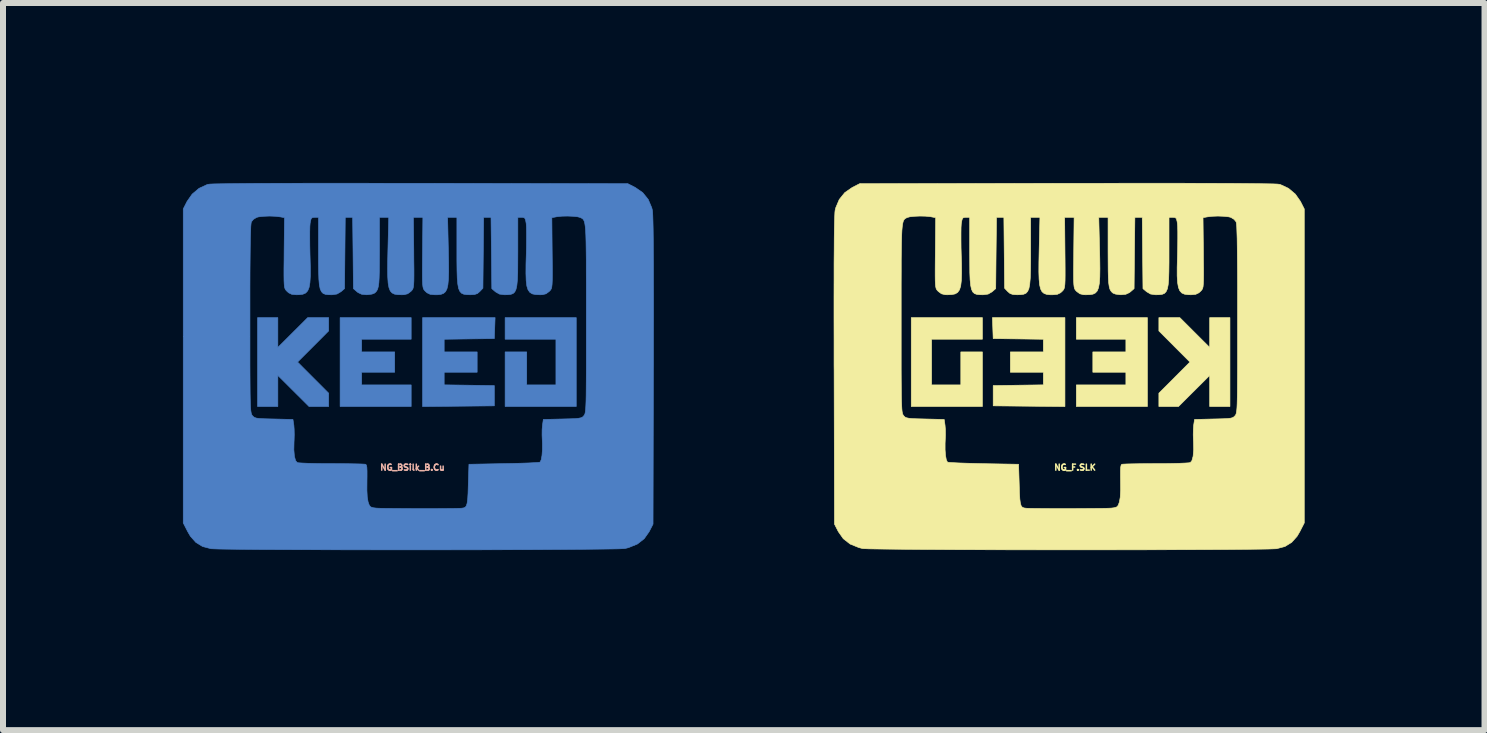
<source format=kicad_pcb>
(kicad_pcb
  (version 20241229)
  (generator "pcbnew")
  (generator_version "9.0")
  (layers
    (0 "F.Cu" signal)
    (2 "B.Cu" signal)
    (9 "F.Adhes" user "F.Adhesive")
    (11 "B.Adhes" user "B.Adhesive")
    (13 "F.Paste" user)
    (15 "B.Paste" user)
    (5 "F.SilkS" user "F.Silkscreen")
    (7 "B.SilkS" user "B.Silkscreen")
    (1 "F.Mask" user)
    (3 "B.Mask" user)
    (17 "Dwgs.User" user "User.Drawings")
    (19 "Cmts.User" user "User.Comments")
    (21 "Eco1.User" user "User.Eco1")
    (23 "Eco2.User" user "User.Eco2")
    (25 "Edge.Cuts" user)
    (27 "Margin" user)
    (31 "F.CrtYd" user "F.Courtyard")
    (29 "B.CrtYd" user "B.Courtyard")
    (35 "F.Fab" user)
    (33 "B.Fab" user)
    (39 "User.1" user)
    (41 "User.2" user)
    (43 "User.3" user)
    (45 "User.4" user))
  (footprint "NG_F.SLK"
    (layer "F.Cu")
    (at 14.873 2.203)
    (property "Reference" "NG_F.SLK" (at 0 2.54 0) (layer "F.SilkS") (effects (font (size 0.1 0.1) (thickness 0.025))))
    (attr through_hole)
    (fp_poly (pts (xy -2.731 1.524) (xy -1.545 1.524) (xy -1.545 0.614) (xy -1.905 0.614) (xy -1.905 1.164) (xy -2.392 1.164) (xy -2.392 0.402) (xy -1.545 0.402) (xy -1.545 0.042) (xy -2.731 0.042) (xy -2.731 1.524)) (stroke (width 0.01) (type solid)) (fill yes) (layer "F.SilkS"))
    (fp_poly (pts (xy 0.021 0.402) (xy 0.847 0.402) (xy 0.847 0.614) (xy 0.296 0.614) (xy 0.296 0.953) (xy 0.847 0.953) (xy 0.847 1.164) (xy 0.021 1.164) (xy 0.021 1.524) (xy 1.206 1.524) (xy 1.206 0.042) (xy 0.021 0.042) (xy 0.021 0.402)) (stroke (width 0.01) (type solid)) (fill yes) (layer "F.SilkS"))
    (fp_poly (pts (xy -1.365 0.392) (xy -0.947 0.397) (xy -0.529 0.403) (xy -0.529 0.614) (xy -1.079 0.614) (xy -1.079 0.953) (xy -0.529 0.953) (xy -0.529 1.163) (xy -0.947 1.169) (xy -1.365 1.175) (xy -1.365 1.513) (xy -0.169 1.525) (xy -0.169 0.042) (xy -1.378 0.042) (xy -1.365 0.392)) (stroke (width 0.01) (type solid)) (fill yes) (layer "F.SilkS"))
    (fp_poly (pts (xy 2.244 0.539) (xy 1.746 0.042) (xy 1.397 0.042) (xy 1.397 0.264) (xy 1.656 0.524) (xy 1.915 0.783) (xy 1.397 1.302) (xy 1.397 1.524) (xy 1.724 1.524) (xy 2.244 1.006) (xy 2.244 1.524) (xy 2.582 1.524) (xy 2.582 0.042) (xy 2.244 0.042) (xy 2.244 0.539)) (stroke (width 0.01) (type solid)) (fill yes) (layer "F.SilkS"))
    (fp_poly (pts (xy 0.889 -2.198) (xy 0.417 -2.197) (xy -0.097 -2.197) (xy -0.133 -2.197) (xy -3.591 -2.191) (xy -3.716 -2.127) (xy -3.839 -2.042) (xy -3.931 -1.928) (xy -3.99 -1.789) (xy -4 -1.749) (xy -4.004 -1.715) (xy -4.007 -1.652) (xy -4.01 -1.558) (xy -4.013 -1.434) (xy -4.015 -1.277) (xy -4.016 -1.086) (xy -4.018 -0.86) (xy -4.018 -0.597) (xy -4.019 -0.298) (xy -4.019 0.04) (xy -4.018 0.418) (xy -4.018 0.836) (xy -4.017 0.925) (xy -4.011 3.485) (xy -3.947 3.61) (xy -3.864 3.728) (xy -3.75 3.817) (xy -3.605 3.876) (xy -3.543 3.892) (xy -3.508 3.894) (xy -3.434 3.897) (xy -3.323 3.899) (xy -3.178 3.901) (xy -3.002 3.903) (xy -2.798 3.905) (xy -2.568 3.907) (xy -2.315 3.908) (xy -2.043 3.91) (xy -1.753 3.911) (xy -1.448 3.912) (xy -1.132 3.913) (xy -0.808 3.913) (xy -0.477 3.914) (xy -0.143 3.914) (xy 0.192 3.914) (xy 0.524 3.914) (xy 0.851 3.913) (xy 1.17 3.913) (xy 1.478 3.912) (xy 1.773 3.911) (xy 2.052 3.91) (xy 2.311 3.909) (xy 2.548 3.908) (xy 2.761 3.906) (xy 2.947 3.904) (xy 3.102 3.902) (xy 3.224 3.9) (xy 3.31 3.897) (xy 3.357 3.895) (xy 3.362 3.894) (xy 3.499 3.858) (xy 3.611 3.789) (xy 3.702 3.687) (xy 3.747 3.61) (xy 3.821 3.465) (xy 3.821 0.062) (xy 2.709 0.062) (xy 2.709 0.357) (xy 2.709 0.612) (xy 2.709 0.831) (xy 2.708 1.017) (xy 2.707 1.171) (xy 2.706 1.298) (xy 2.704 1.401) (xy 2.702 1.481) (xy 2.699 1.543) (xy 2.695 1.589) (xy 2.69 1.622) (xy 2.685 1.645) (xy 2.679 1.66) (xy 2.672 1.672) (xy 2.669 1.675) (xy 2.651 1.694) (xy 2.63 1.708) (xy 2.598 1.718) (xy 2.548 1.724) (xy 2.472 1.728) (xy 2.365 1.731) (xy 2.31 1.732) (xy 1.992 1.74) (xy 1.977 1.836) (xy 1.972 1.904) (xy 1.97 1.996) (xy 1.973 2.094) (xy 1.974 2.109) (xy 1.977 2.246) (xy 1.968 2.353) (xy 1.948 2.426) (xy 1.922 2.458) (xy 1.894 2.463) (xy 1.83 2.467) (xy 1.735 2.471) (xy 1.616 2.474) (xy 1.478 2.476) (xy 1.351 2.476) (xy 1.203 2.477) (xy 1.067 2.478) (xy 0.951 2.48) (xy 0.861 2.482) (xy 0.801 2.485) (xy 0.78 2.487) (xy 0.768 2.501) (xy 0.76 2.537) (xy 0.757 2.599) (xy 0.757 2.695) (xy 0.758 2.768) (xy 0.759 2.922) (xy 0.753 3.037) (xy 0.739 3.115) (xy 0.737 3.122) (xy 0.718 3.173) (xy 0.694 3.199) (xy 0.651 3.212) (xy 0.603 3.218) (xy 0.561 3.22) (xy 0.483 3.222) (xy 0.376 3.223) (xy 0.247 3.224) (xy 0.102 3.225) (xy -0.051 3.226) (xy -0.208 3.226) (xy -0.36 3.226) (xy -0.501 3.225) (xy -0.624 3.224) (xy -0.723 3.223) (xy -0.791 3.221) (xy -0.815 3.22) (xy -0.852 3.215) (xy -0.88 3.203) (xy -0.899 3.179) (xy -0.912 3.135) (xy -0.921 3.067) (xy -0.927 2.969) (xy -0.931 2.834) (xy -0.931 2.832) (xy -0.942 2.487) (xy -1.528 2.477) (xy -1.681 2.473) (xy -1.821 2.469) (xy -1.94 2.465) (xy -2.035 2.46) (xy -2.1 2.456) (xy -2.128 2.451) (xy -2.128 2.451) (xy -2.147 2.411) (xy -2.16 2.339) (xy -2.167 2.245) (xy -2.167 2.139) (xy -2.165 2.095) (xy -2.161 2) (xy -2.162 1.907) (xy -2.168 1.836) (xy -2.168 1.836) (xy -2.182 1.74) (xy -2.501 1.732) (xy -2.623 1.729) (xy -2.711 1.726) (xy -2.77 1.72) (xy -2.809 1.712) (xy -2.834 1.701) (xy -2.852 1.684) (xy -2.859 1.675) (xy -2.867 1.664) (xy -2.874 1.651) (xy -2.879 1.631) (xy -2.884 1.602) (xy -2.888 1.561) (xy -2.891 1.505) (xy -2.894 1.432) (xy -2.896 1.337) (xy -2.897 1.22) (xy -2.898 1.075) (xy -2.899 0.901) (xy -2.899 0.695) (xy -2.899 0.454) (xy -2.899 0.174) (xy -2.899 0.045) (xy -2.899 -0.255) (xy -2.899 -0.515) (xy -2.898 -0.739) (xy -2.898 -0.929) (xy -2.896 -1.089) (xy -2.894 -1.22) (xy -2.891 -1.327) (xy -2.887 -1.411) (xy -2.881 -1.476) (xy -2.874 -1.524) (xy -2.866 -1.559) (xy -2.855 -1.583) (xy -2.843 -1.6) (xy -2.829 -1.611) (xy -2.812 -1.62) (xy -2.801 -1.626) (xy -2.754 -1.639) (xy -2.678 -1.647) (xy -2.587 -1.651) (xy -2.494 -1.649) (xy -2.413 -1.641) (xy -2.392 -1.637) (xy -2.324 -1.624) (xy -2.329 -1.092) (xy -2.331 -0.911) (xy -2.332 -0.767) (xy -2.332 -0.656) (xy -2.331 -0.572) (xy -2.328 -0.512) (xy -2.323 -0.47) (xy -2.316 -0.442) (xy -2.306 -0.423) (xy -2.293 -0.407) (xy -2.276 -0.391) (xy -2.227 -0.355) (xy -2.166 -0.34) (xy -2.127 -0.339) (xy -2.056 -0.342) (xy -2 -0.353) (xy -1.958 -0.378) (xy -1.927 -0.421) (xy -1.907 -0.485) (xy -1.896 -0.576) (xy -1.892 -0.697) (xy -1.893 -0.853) (xy -1.897 -0.98) (xy -1.901 -1.121) (xy -1.902 -1.253) (xy -1.902 -1.37) (xy -1.901 -1.462) (xy -1.897 -1.522) (xy -1.896 -1.53) (xy -1.885 -1.59) (xy -1.869 -1.62) (xy -1.841 -1.629) (xy -1.819 -1.63) (xy -1.757 -1.63) (xy -1.757 -1.057) (xy -1.756 -0.864) (xy -1.755 -0.709) (xy -1.75 -0.588) (xy -1.741 -0.497) (xy -1.727 -0.431) (xy -1.706 -0.386) (xy -1.677 -0.359) (xy -1.638 -0.345) (xy -1.589 -0.34) (xy -1.534 -0.339) (xy -1.45 -0.35) (xy -1.384 -0.388) (xy -1.382 -0.39) (xy -1.323 -0.441) (xy -1.317 -1.035) (xy -1.31 -1.63) (xy -1.187 -1.63) (xy -1.181 -1.039) (xy -1.175 -0.448) (xy -1.123 -0.393) (xy -1.083 -0.359) (xy -1.034 -0.343) (xy -0.965 -0.339) (xy -0.904 -0.341) (xy -0.856 -0.348) (xy -0.818 -0.365) (xy -0.79 -0.396) (xy -0.769 -0.445) (xy -0.756 -0.517) (xy -0.747 -0.615) (xy -0.743 -0.743) (xy -0.741 -0.907) (xy -0.741 -1.057) (xy -0.741 -1.63) (xy -0.586 -1.63) (xy -0.599 -1.076) (xy -0.603 -0.88) (xy -0.604 -0.722) (xy -0.6 -0.598) (xy -0.591 -0.504) (xy -0.575 -0.436) (xy -0.551 -0.39) (xy -0.517 -0.361) (xy -0.473 -0.345) (xy -0.417 -0.339) (xy -0.371 -0.339) (xy -0.296 -0.346) (xy -0.244 -0.371) (xy -0.221 -0.391) (xy -0.205 -0.407) (xy -0.192 -0.423) (xy -0.182 -0.443) (xy -0.175 -0.472) (xy -0.17 -0.515) (xy -0.167 -0.576) (xy -0.166 -0.66) (xy -0.166 -0.773) (xy -0.167 -0.918) (xy -0.169 -1.1) (xy -0.169 -1.106) (xy -0.174 -1.63) (xy -0.016 -1.63) (xy -0.022 -1.095) (xy -0.023 -0.913) (xy -0.025 -0.769) (xy -0.025 -0.657) (xy -0.024 -0.574) (xy -0.021 -0.513) (xy -0.016 -0.471) (xy -0.009 -0.442) (xy 0.001 -0.423) (xy 0.014 -0.407) (xy 0.03 -0.391) (xy 0.031 -0.391) (xy 0.08 -0.355) (xy 0.141 -0.34) (xy 0.18 -0.339) (xy 0.246 -0.341) (xy 0.298 -0.349) (xy 0.339 -0.369) (xy 0.37 -0.403) (xy 0.391 -0.456) (xy 0.405 -0.533) (xy 0.412 -0.636) (xy 0.414 -0.771) (xy 0.412 -0.941) (xy 0.409 -1.077) (xy 0.395 -1.63) (xy 0.55 -1.63) (xy 0.55 -1.057) (xy 0.551 -0.876) (xy 0.552 -0.733) (xy 0.555 -0.622) (xy 0.56 -0.538) (xy 0.569 -0.477) (xy 0.58 -0.434) (xy 0.596 -0.403) (xy 0.616 -0.38) (xy 0.633 -0.366) (xy 0.674 -0.35) (xy 0.737 -0.341) (xy 0.766 -0.339) (xy 0.846 -0.347) (xy 0.906 -0.375) (xy 0.925 -0.39) (xy 0.984 -0.441) (xy 0.99 -1.035) (xy 0.997 -1.63) (xy 1.12 -1.63) (xy 1.126 -1.035) (xy 1.132 -0.441) (xy 1.192 -0.39) (xy 1.258 -0.351) (xy 1.34 -0.339) (xy 1.344 -0.339) (xy 1.403 -0.34) (xy 1.451 -0.346) (xy 1.489 -0.361) (xy 1.517 -0.39) (xy 1.538 -0.436) (xy 1.552 -0.504) (xy 1.56 -0.598) (xy 1.564 -0.722) (xy 1.566 -0.88) (xy 1.566 -1.057) (xy 1.566 -1.63) (xy 1.629 -1.63) (xy 1.667 -1.626) (xy 1.688 -1.609) (xy 1.7 -1.565) (xy 1.706 -1.529) (xy 1.71 -1.478) (xy 1.712 -1.392) (xy 1.712 -1.28) (xy 1.711 -1.15) (xy 1.708 -1.011) (xy 1.707 -0.979) (xy 1.702 -0.797) (xy 1.702 -0.653) (xy 1.709 -0.542) (xy 1.723 -0.461) (xy 1.746 -0.405) (xy 1.78 -0.368) (xy 1.826 -0.348) (xy 1.886 -0.34) (xy 1.936 -0.339) (xy 2.011 -0.346) (xy 2.063 -0.371) (xy 2.086 -0.391) (xy 2.103 -0.408) (xy 2.116 -0.424) (xy 2.126 -0.444) (xy 2.134 -0.474) (xy 2.138 -0.518) (xy 2.141 -0.58) (xy 2.142 -0.665) (xy 2.142 -0.78) (xy 2.14 -0.927) (xy 2.139 -1.092) (xy 2.133 -1.624) (xy 2.201 -1.637) (xy 2.283 -1.647) (xy 2.382 -1.651) (xy 2.48 -1.647) (xy 2.562 -1.638) (xy 2.597 -1.629) (xy 2.651 -1.596) (xy 2.685 -1.554) (xy 2.69 -1.529) (xy 2.695 -1.475) (xy 2.698 -1.392) (xy 2.702 -1.278) (xy 2.704 -1.131) (xy 2.706 -0.949) (xy 2.708 -0.732) (xy 2.709 -0.476) (xy 2.709 -0.18) (xy 2.709 0.062) (xy 3.821 0.062) (xy 3.821 -1.77) (xy 3.757 -1.896) (xy 3.672 -2.017) (xy 3.558 -2.113) (xy 3.425 -2.175) (xy 3.407 -2.18) (xy 3.375 -2.184) (xy 3.305 -2.187) (xy 3.196 -2.189) (xy 3.048 -2.191) (xy 2.86 -2.193) (xy 2.633 -2.195) (xy 2.366 -2.196) (xy 2.058 -2.197) (xy 1.71 -2.198) (xy 1.32 -2.198) (xy 0.889 -2.198)) (stroke (width 0.01) (type solid)) (fill yes) (layer "F.SilkS")))
  (footprint "NG_BSilk_B.Cu"
    (layer "F.Cu")
    (at 3.826 2.838)
    (property "Reference" "NG_BSilk_B.Cu" (at 0 1.905 0) (layer "B.SilkS") (effects (font (size 0.1 0.1) (thickness 0.025))))
    (attr through_hole)
    (fp_poly (pts (xy 2.731 0.889) (xy 1.545 0.889) (xy 1.545 -0.021) (xy 1.905 -0.021) (xy 1.905 0.529) (xy 2.392 0.529) (xy 2.392 -0.233) (xy 1.545 -0.233) (xy 1.545 -0.593) (xy 2.731 -0.593) (xy 2.731 0.889)) (stroke (width 0.01) (type solid)) (fill yes) (layer "B.Cu"))
    (fp_poly (pts (xy -0.021 -0.233) (xy -0.847 -0.233) (xy -0.847 -0.021) (xy -0.296 -0.021) (xy -0.296 0.318) (xy -0.847 0.318) (xy -0.847 0.529) (xy -0.021 0.529) (xy -0.021 0.889) (xy -1.206 0.889) (xy -1.206 -0.593) (xy -0.021 -0.593) (xy -0.021 -0.233)) (stroke (width 0.01) (type solid)) (fill yes) (layer "B.Cu"))
    (fp_poly (pts (xy -2.244 -0.096) (xy -1.746 -0.593) (xy -1.397 -0.593) (xy -1.397 -0.371) (xy -1.656 -0.111) (xy -1.915 0.148) (xy -1.397 0.667) (xy -1.397 0.889) (xy -1.724 0.889) (xy -2.244 0.371) (xy -2.244 0.889) (xy -2.582 0.889) (xy -2.582 -0.593) (xy -2.244 -0.593) (xy -2.244 -0.096)) (stroke (width 0.01) (type solid)) (fill yes) (layer "B.Cu"))
    (fp_poly (pts (xy 1.365 -0.243) (xy 0.947 -0.238) (xy 0.529 -0.232) (xy 0.529 -0.021) (xy 1.079 -0.021) (xy 1.079 0.318) (xy 0.529 0.318) (xy 0.529 0.528) (xy 0.947 0.534) (xy 1.365 0.54) (xy 1.365 0.878) (xy 0.169 0.89) (xy 0.169 -0.593) (xy 1.378 -0.593) (xy 1.365 -0.243)) (stroke (width 0.01) (type solid)) (fill yes) (layer "B.Cu"))
    (fp_poly (pts (xy -0.889 -2.833) (xy -0.417 -2.832) (xy 0.097 -2.832) (xy 0.133 -2.832) (xy 3.591 -2.826) (xy 3.716 -2.762) (xy 3.839 -2.677) (xy 3.931 -2.563) (xy 3.99 -2.424) (xy 4 -2.384) (xy 4.004 -2.35) (xy 4.007 -2.287) (xy 4.01 -2.193) (xy 4.013 -2.069) (xy 4.015 -1.912) (xy 4.016 -1.721) (xy 4.018 -1.495) (xy 4.018 -1.232) (xy 4.019 -0.933) (xy 4.019 -0.595) (xy 4.018 -0.217) (xy 4.018 0.201) (xy 4.017 0.29) (xy 4.011 2.85) (xy 3.947 2.975) (xy 3.864 3.093) (xy 3.75 3.182) (xy 3.605 3.241) (xy 3.543 3.257) (xy 3.508 3.259) (xy 3.434 3.262) (xy 3.323 3.264) (xy 3.178 3.266) (xy 3.002 3.268) (xy 2.798 3.27) (xy 2.568 3.272) (xy 2.315 3.273) (xy 2.043 3.275) (xy 1.753 3.276) (xy 1.448 3.277) (xy 1.132 3.278) (xy 0.808 3.278) (xy 0.477 3.279) (xy 0.143 3.279) (xy -0.192 3.279) (xy -0.524 3.279) (xy -0.851 3.278) (xy -1.17 3.278) (xy -1.478 3.277) (xy -1.773 3.276) (xy -2.052 3.275) (xy -2.311 3.274) (xy -2.548 3.273) (xy -2.761 3.271) (xy -2.947 3.269) (xy -3.102 3.267) (xy -3.224 3.265) (xy -3.31 3.262) (xy -3.357 3.26) (xy -3.362 3.259) (xy -3.499 3.223) (xy -3.611 3.154) (xy -3.702 3.052) (xy -3.747 2.975) (xy -3.821 2.83) (xy -3.821 -0.573) (xy -2.709 -0.573) (xy -2.709 -0.278) (xy -2.709 -0.023) (xy -2.709 0.196) (xy -2.708 0.382) (xy -2.707 0.536) (xy -2.706 0.663) (xy -2.704 0.766) (xy -2.702 0.846) (xy -2.699 0.908) (xy -2.695 0.954) (xy -2.69 0.987) (xy -2.685 1.01) (xy -2.679 1.025) (xy -2.672 1.037) (xy -2.669 1.04) (xy -2.651 1.059) (xy -2.63 1.073) (xy -2.598 1.083) (xy -2.548 1.089) (xy -2.472 1.093) (xy -2.365 1.096) (xy -2.31 1.097) (xy -1.992 1.105) (xy -1.977 1.201) (xy -1.972 1.269) (xy -1.97 1.361) (xy -1.973 1.459) (xy -1.974 1.474) (xy -1.977 1.611) (xy -1.968 1.718) (xy -1.948 1.791) (xy -1.922 1.823) (xy -1.894 1.828) (xy -1.83 1.832) (xy -1.735 1.836) (xy -1.616 1.839) (xy -1.478 1.841) (xy -1.351 1.841) (xy -1.203 1.842) (xy -1.067 1.843) (xy -0.951 1.845) (xy -0.861 1.847) (xy -0.801 1.85) (xy -0.78 1.852) (xy -0.768 1.866) (xy -0.76 1.902) (xy -0.757 1.964) (xy -0.757 2.06) (xy -0.758 2.133) (xy -0.759 2.287) (xy -0.753 2.402) (xy -0.739 2.48) (xy -0.737 2.487) (xy -0.718 2.538) (xy -0.694 2.564) (xy -0.651 2.577) (xy -0.603 2.583) (xy -0.561 2.585) (xy -0.483 2.587) (xy -0.376 2.588) (xy -0.247 2.589) (xy -0.102 2.59) (xy 0.051 2.591) (xy 0.208 2.591) (xy 0.36 2.591) (xy 0.501 2.59) (xy 0.624 2.589) (xy 0.723 2.588) (xy 0.791 2.586) (xy 0.815 2.585) (xy 0.852 2.58) (xy 0.88 2.568) (xy 0.899 2.544) (xy 0.912 2.5) (xy 0.921 2.432) (xy 0.927 2.334) (xy 0.931 2.199) (xy 0.931 2.197) (xy 0.942 1.852) (xy 1.528 1.841) (xy 1.681 1.838) (xy 1.821 1.834) (xy 1.94 1.83) (xy 2.035 1.825) (xy 2.1 1.821) (xy 2.128 1.816) (xy 2.128 1.816) (xy 2.147 1.776) (xy 2.16 1.704) (xy 2.167 1.61) (xy 2.167 1.504) (xy 2.165 1.46) (xy 2.161 1.365) (xy 2.162 1.272) (xy 2.168 1.201) (xy 2.168 1.201) (xy 2.182 1.105) (xy 2.501 1.097) (xy 2.623 1.094) (xy 2.711 1.091) (xy 2.77 1.085) (xy 2.809 1.077) (xy 2.834 1.066) (xy 2.852 1.049) (xy 2.859 1.04) (xy 2.867 1.029) (xy 2.874 1.016) (xy 2.879 0.996) (xy 2.884 0.967) (xy 2.888 0.926) (xy 2.891 0.87) (xy 2.894 0.797) (xy 2.896 0.702) (xy 2.897 0.585) (xy 2.898 0.44) (xy 2.899 0.266) (xy 2.899 0.06) (xy 2.899 -0.181) (xy 2.899 -0.461) (xy 2.899 -0.59) (xy 2.899 -0.89) (xy 2.899 -1.15) (xy 2.898 -1.374) (xy 2.898 -1.564) (xy 2.896 -1.724) (xy 2.894 -1.855) (xy 2.891 -1.962) (xy 2.887 -2.046) (xy 2.881 -2.111) (xy 2.874 -2.159) (xy 2.866 -2.194) (xy 2.855 -2.218) (xy 2.843 -2.235) (xy 2.829 -2.246) (xy 2.812 -2.255) (xy 2.801 -2.261) (xy 2.754 -2.274) (xy 2.678 -2.282) (xy 2.587 -2.286) (xy 2.494 -2.284) (xy 2.413 -2.276) (xy 2.392 -2.272) (xy 2.324 -2.259) (xy 2.329 -1.727) (xy 2.331 -1.546) (xy 2.332 -1.402) (xy 2.332 -1.291) (xy 2.331 -1.207) (xy 2.328 -1.147) (xy 2.323 -1.105) (xy 2.316 -1.077) (xy 2.306 -1.058) (xy 2.293 -1.042) (xy 2.276 -1.026) (xy 2.227 -0.99) (xy 2.166 -0.975) (xy 2.127 -0.974) (xy 2.056 -0.977) (xy 2 -0.988) (xy 1.958 -1.013) (xy 1.927 -1.056) (xy 1.907 -1.12) (xy 1.896 -1.211) (xy 1.892 -1.332) (xy 1.893 -1.488) (xy 1.897 -1.615) (xy 1.901 -1.756) (xy 1.902 -1.888) (xy 1.902 -2.005) (xy 1.901 -2.097) (xy 1.897 -2.157) (xy 1.896 -2.165) (xy 1.885 -2.225) (xy 1.869 -2.255) (xy 1.841 -2.264) (xy 1.819 -2.265) (xy 1.757 -2.265) (xy 1.757 -1.692) (xy 1.756 -1.499) (xy 1.755 -1.344) (xy 1.75 -1.223) (xy 1.741 -1.132) (xy 1.727 -1.066) (xy 1.706 -1.021) (xy 1.677 -0.994) (xy 1.638 -0.98) (xy 1.589 -0.975) (xy 1.534 -0.974) (xy 1.45 -0.985) (xy 1.384 -1.023) (xy 1.382 -1.025) (xy 1.323 -1.076) (xy 1.317 -1.67) (xy 1.31 -2.265) (xy 1.187 -2.265) (xy 1.181 -1.674) (xy 1.175 -1.083) (xy 1.123 -1.028) (xy 1.083 -0.994) (xy 1.034 -0.978) (xy 0.965 -0.974) (xy 0.904 -0.976) (xy 0.856 -0.983) (xy 0.818 -1) (xy 0.79 -1.031) (xy 0.769 -1.08) (xy 0.756 -1.152) (xy 0.747 -1.25) (xy 0.743 -1.378) (xy 0.741 -1.542) (xy 0.741 -1.692) (xy 0.741 -2.265) (xy 0.586 -2.265) (xy 0.599 -1.711) (xy 0.603 -1.515) (xy 0.604 -1.357) (xy 0.6 -1.233) (xy 0.591 -1.139) (xy 0.575 -1.071) (xy 0.551 -1.025) (xy 0.517 -0.996) (xy 0.473 -0.98) (xy 0.417 -0.974) (xy 0.371 -0.974) (xy 0.296 -0.981) (xy 0.244 -1.006) (xy 0.221 -1.026) (xy 0.205 -1.042) (xy 0.192 -1.058) (xy 0.182 -1.078) (xy 0.175 -1.107) (xy 0.17 -1.15) (xy 0.167 -1.211) (xy 0.166 -1.295) (xy 0.166 -1.408) (xy 0.167 -1.553) (xy 0.169 -1.735) (xy 0.169 -1.741) (xy 0.174 -2.265) (xy 0.016 -2.265) (xy 0.022 -1.73) (xy 0.023 -1.548) (xy 0.025 -1.404) (xy 0.025 -1.292) (xy 0.024 -1.209) (xy 0.021 -1.148) (xy 0.016 -1.106) (xy 0.009 -1.077) (xy -0.001 -1.058) (xy -0.014 -1.042) (xy -0.03 -1.026) (xy -0.031 -1.026) (xy -0.08 -0.99) (xy -0.141 -0.975) (xy -0.18 -0.974) (xy -0.246 -0.976) (xy -0.298 -0.984) (xy -0.339 -1.004) (xy -0.37 -1.038) (xy -0.391 -1.091) (xy -0.405 -1.168) (xy -0.412 -1.271) (xy -0.414 -1.406) (xy -0.412 -1.576) (xy -0.409 -1.712) (xy -0.395 -2.265) (xy -0.55 -2.265) (xy -0.55 -1.692) (xy -0.551 -1.511) (xy -0.552 -1.368) (xy -0.555 -1.257) (xy -0.56 -1.173) (xy -0.569 -1.112) (xy -0.58 -1.069) (xy -0.596 -1.038) (xy -0.616 -1.015) (xy -0.633 -1.001) (xy -0.674 -0.985) (xy -0.737 -0.976) (xy -0.766 -0.974) (xy -0.846 -0.982) (xy -0.906 -1.01) (xy -0.925 -1.025) (xy -0.984 -1.076) (xy -0.99 -1.67) (xy -0.997 -2.265) (xy -1.12 -2.265) (xy -1.126 -1.67) (xy -1.132 -1.076) (xy -1.192 -1.025) (xy -1.258 -0.986) (xy -1.34 -0.974) (xy -1.344 -0.974) (xy -1.403 -0.975) (xy -1.451 -0.981) (xy -1.489 -0.996) (xy -1.517 -1.025) (xy -1.538 -1.071) (xy -1.552 -1.139) (xy -1.56 -1.233) (xy -1.564 -1.357) (xy -1.566 -1.515) (xy -1.566 -1.692) (xy -1.566 -2.265) (xy -1.629 -2.265) (xy -1.667 -2.261) (xy -1.688 -2.244) (xy -1.7 -2.2) (xy -1.706 -2.164) (xy -1.71 -2.113) (xy -1.712 -2.027) (xy -1.712 -1.915) (xy -1.711 -1.785) (xy -1.708 -1.646) (xy -1.707 -1.614) (xy -1.702 -1.432) (xy -1.702 -1.288) (xy -1.709 -1.177) (xy -1.723 -1.096) (xy -1.746 -1.04) (xy -1.78 -1.003) (xy -1.826 -0.983) (xy -1.886 -0.975) (xy -1.936 -0.974) (xy -2.011 -0.981) (xy -2.063 -1.006) (xy -2.086 -1.026) (xy -2.103 -1.043) (xy -2.116 -1.059) (xy -2.126 -1.079) (xy -2.134 -1.109) (xy -2.138 -1.153) (xy -2.141 -1.215) (xy -2.142 -1.3) (xy -2.142 -1.415) (xy -2.14 -1.562) (xy -2.139 -1.727) (xy -2.133 -2.259) (xy -2.201 -2.272) (xy -2.283 -2.282) (xy -2.382 -2.286) (xy -2.48 -2.282) (xy -2.562 -2.273) (xy -2.597 -2.264) (xy -2.651 -2.231) (xy -2.685 -2.189) (xy -2.69 -2.164) (xy -2.695 -2.11) (xy -2.698 -2.027) (xy -2.702 -1.913) (xy -2.704 -1.766) (xy -2.706 -1.584) (xy -2.708 -1.367) (xy -2.709 -1.111) (xy -2.709 -0.815) (xy -2.709 -0.573) (xy -3.821 -0.573) (xy -3.821 -2.405) (xy -3.757 -2.531) (xy -3.672 -2.652) (xy -3.558 -2.748) (xy -3.425 -2.81) (xy -3.407 -2.815) (xy -3.375 -2.819) (xy -3.305 -2.822) (xy -3.196 -2.824) (xy -3.048 -2.826) (xy -2.86 -2.828) (xy -2.633 -2.83) (xy -2.366 -2.831) (xy -2.058 -2.832) (xy -1.71 -2.833) (xy -1.32 -2.833) (xy -0.889 -2.833)) (stroke (width 0.01) (type solid)) (fill yes) (layer "B.Cu")))
  (gr_rect
    (start -3 -3)
    (end 21.699 9.122)
    (stroke (width 0.1) (type default))
    (fill no)
    (layer "Edge.Cuts")))
</source>
